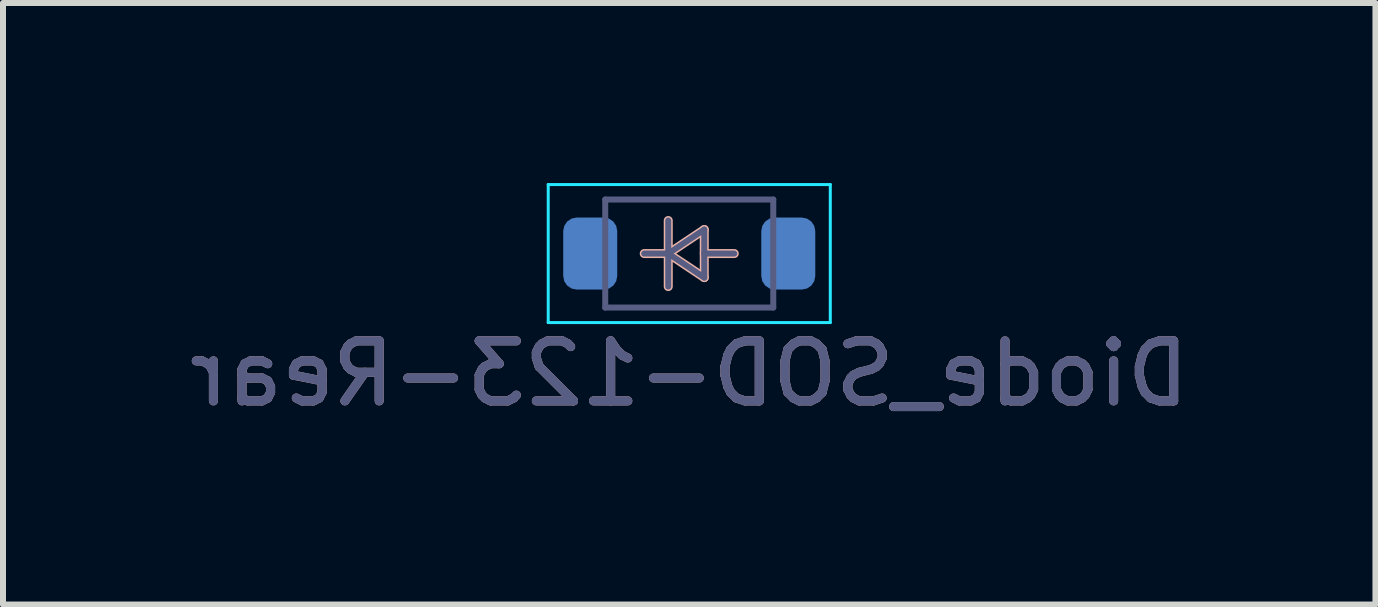
<source format=kicad_pcb>
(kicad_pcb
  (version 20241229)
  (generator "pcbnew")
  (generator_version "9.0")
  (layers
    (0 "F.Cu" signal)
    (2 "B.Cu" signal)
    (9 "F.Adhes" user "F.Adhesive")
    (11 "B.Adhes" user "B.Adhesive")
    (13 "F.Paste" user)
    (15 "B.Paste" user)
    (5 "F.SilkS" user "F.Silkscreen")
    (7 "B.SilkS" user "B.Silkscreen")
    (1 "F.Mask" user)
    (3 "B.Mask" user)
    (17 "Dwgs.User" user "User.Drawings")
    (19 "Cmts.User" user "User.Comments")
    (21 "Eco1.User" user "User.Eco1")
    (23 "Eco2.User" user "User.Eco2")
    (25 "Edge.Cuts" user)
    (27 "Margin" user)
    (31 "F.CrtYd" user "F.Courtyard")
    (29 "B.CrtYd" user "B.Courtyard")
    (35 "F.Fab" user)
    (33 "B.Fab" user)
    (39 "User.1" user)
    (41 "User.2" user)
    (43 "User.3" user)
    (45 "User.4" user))
  (footprint "Diode_SOD-123-Rear"
    (layer "F.Cu")
    (at 8.335 0.775)
    (property "Reference" "Diode_SOD-123-Rear" (at 0.1 2.4 180) (layer "B.SilkS") (effects (font (size 1 1) (thickness 0.15)) (justify mirror)))
    (attr smd)
    (fp_line (start -0.65 0.4) (end -0.25 0.4) (stroke (width 0.15) (type solid)) (layer "B.SilkS"))
    (fp_line (start -0.25 0.4) (end -0.25 -0.15) (stroke (width 0.15) (type solid)) (layer "B.SilkS"))
    (fp_line (start -0.25 0.4) (end -0.25 0.95) (stroke (width 0.15) (type solid)) (layer "B.SilkS"))
    (fp_line (start -0.25 0.4) (end 0.35 0.8) (stroke (width 0.15) (type solid)) (layer "B.SilkS"))
    (fp_line (start 0.35 0) (end -0.25 0.4) (stroke (width 0.15) (type solid)) (layer "B.SilkS"))
    (fp_line (start 0.35 0.4) (end 0.85 0.4) (stroke (width 0.15) (type solid)) (layer "B.SilkS"))
    (fp_line (start 0.35 0.8) (end 0.35 0) (stroke (width 0.15) (type solid)) (layer "B.SilkS"))
    (fp_line (start -2.25 1.55) (end -2.25 -0.75) (stroke (width 0.05) (type solid)) (layer "B.CrtYd"))
    (fp_line (start -2.25 1.55) (end 2.45 1.55) (stroke (width 0.05) (type solid)) (layer "B.CrtYd"))
    (fp_line (start 2.45 -0.75) (end -2.25 -0.75) (stroke (width 0.05) (type solid)) (layer "B.CrtYd"))
    (fp_line (start 2.45 1.55) (end 2.45 -0.75) (stroke (width 0.05) (type solid)) (layer "B.CrtYd"))
    (fp_line (start -1.3 -0.5) (end -1.3 1.3) (stroke (width 0.1) (type solid)) (layer "B.Fab"))
    (fp_line (start -1.3 1.3) (end 1.5 1.3) (stroke (width 0.1) (type solid)) (layer "B.Fab"))
    (fp_line (start -0.65 0.4) (end -0.25 0.4) (stroke (width 0.1) (type solid)) (layer "B.Fab"))
    (fp_line (start -0.25 0.4) (end -0.25 -0.15) (stroke (width 0.1) (type solid)) (layer "B.Fab"))
    (fp_line (start -0.25 0.4) (end -0.25 0.95) (stroke (width 0.1) (type solid)) (layer "B.Fab"))
    (fp_line (start -0.25 0.4) (end 0.35 0.8) (stroke (width 0.1) (type solid)) (layer "B.Fab"))
    (fp_line (start 0.35 0) (end -0.25 0.4) (stroke (width 0.1) (type solid)) (layer "B.Fab"))
    (fp_line (start 0.35 0.4) (end 0.85 0.4) (stroke (width 0.1) (type solid)) (layer "B.Fab"))
    (fp_line (start 0.35 0.8) (end 0.35 0) (stroke (width 0.1) (type solid)) (layer "B.Fab"))
    (fp_line (start 1.5 -0.5) (end -1.3 -0.5) (stroke (width 0.1) (type solid)) (layer "B.Fab"))
    (fp_line (start 1.5 1.3) (end 1.5 -0.5) (stroke (width 0.1) (type solid)) (layer "B.Fab"))
    (fp_text user "${REFERENCE}" (at 0.1 2.4 180) (layer "B.Fab") (effects (font (size 1 1) (thickness 0.15)) (justify mirror)))
    (pad "1" smd roundrect (at -1.55 0.4 180) (size 0.9 1.2) (layers "B.Cu" "B.Mask" "B.Paste") (roundrect_rratio 0.25))
    (pad "2" smd roundrect (at 1.75 0.4 180) (size 0.9 1.2) (layers "B.Cu" "B.Mask" "B.Paste") (roundrect_rratio 0.25)))
  (gr_rect
    (start -3 -3)
    (end 19.869 7.023)
    (stroke (width 0.1) (type default))
    (fill no)
    (layer "Edge.Cuts")))
</source>
